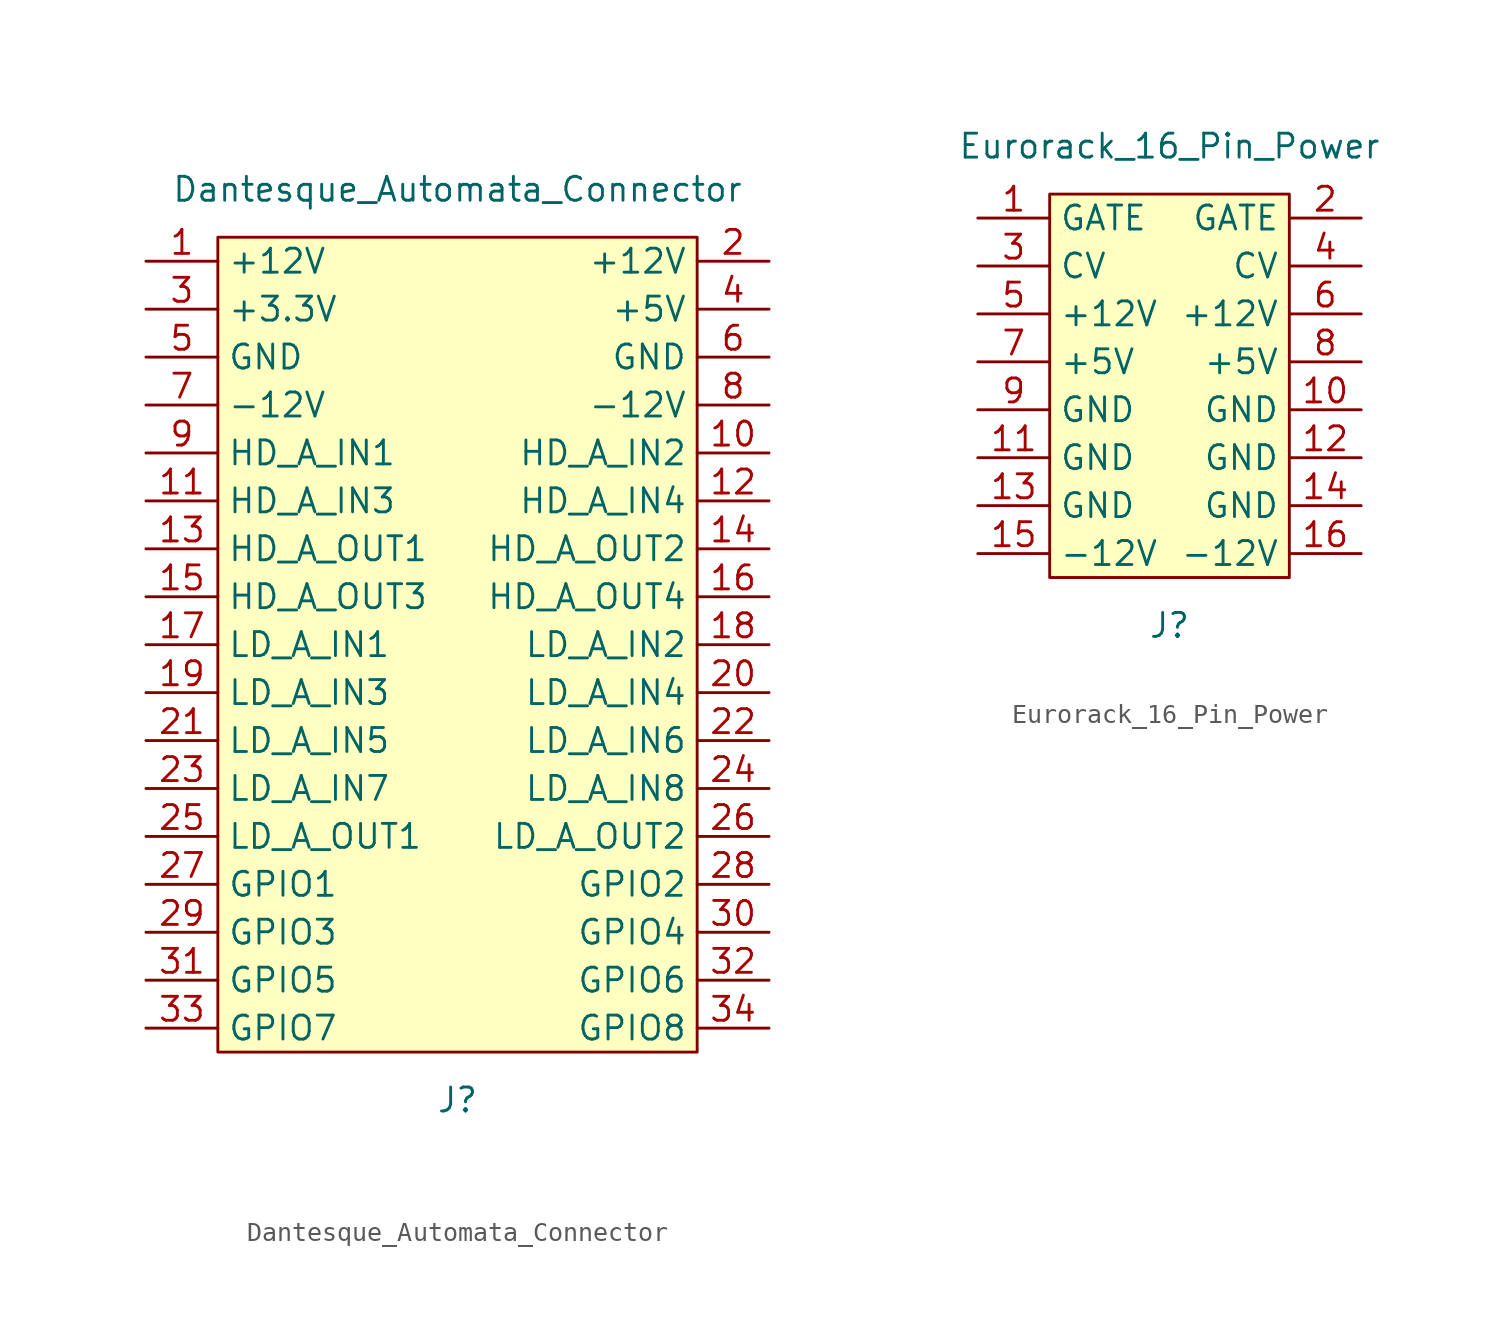
<source format=kicad_sym>
(kicad_symbol_lib
  (version 20211014)
  (generator kicad_symbol_editor)
  (symbol "Dantesque_Automata_Connector"
    (property "Reference" "J"
      (at 0 -25.4 0)
      (effects (font (size 1.27 1.27))))
    (property "Value" "Dantesque_Automata_Connector"
      (at 0 22.86 0)
      (effects (font (size 1.27 1.27))))
    (symbol "Dantesque_Automata_Connector_0_1"
      (rectangle (start -12.7 20.32) (end 12.7 -22.86) (stroke (width 0) (type default) (color 0 0 0 0)) (fill (type background))))
    (symbol "Dantesque_Automata_Connector_1_1"
      (pin power_in line (at -16.51 19.05 0) (length 3.81) (name "+12V" (effects (font (size 1.27 1.27)))) (number "1" (effects (font (size 1.27 1.27)))))
      (pin bidirectional line (at 16.51 8.89 180) (length 3.81) (name "HD_A_IN2" (effects (font (size 1.27 1.27)))) (number "10" (effects (font (size 1.27 1.27)))))
      (pin bidirectional line (at -16.51 6.35 0) (length 3.81) (name "HD_A_IN3" (effects (font (size 1.27 1.27)))) (number "11" (effects (font (size 1.27 1.27)))))
      (pin bidirectional line (at 16.51 6.35 180) (length 3.81) (name "HD_A_IN4" (effects (font (size 1.27 1.27)))) (number "12" (effects (font (size 1.27 1.27)))))
      (pin bidirectional line (at -16.51 3.81 0) (length 3.81) (name "HD_A_OUT1" (effects (font (size 1.27 1.27)))) (number "13" (effects (font (size 1.27 1.27)))))
      (pin bidirectional line (at 16.51 3.81 180) (length 3.81) (name "HD_A_OUT2" (effects (font (size 1.27 1.27)))) (number "14" (effects (font (size 1.27 1.27)))))
      (pin bidirectional line (at -16.51 1.27 0) (length 3.81) (name "HD_A_OUT3" (effects (font (size 1.27 1.27)))) (number "15" (effects (font (size 1.27 1.27)))))
      (pin bidirectional line (at 16.51 1.27 180) (length 3.81) (name "HD_A_OUT4" (effects (font (size 1.27 1.27)))) (number "16" (effects (font (size 1.27 1.27)))))
      (pin bidirectional line (at -16.51 -1.27 0) (length 3.81) (name "LD_A_IN1" (effects (font (size 1.27 1.27)))) (number "17" (effects (font (size 1.27 1.27)))))
      (pin bidirectional line (at 16.51 -1.27 180) (length 3.81) (name "LD_A_IN2" (effects (font (size 1.27 1.27)))) (number "18" (effects (font (size 1.27 1.27)))))
      (pin bidirectional line (at -16.51 -3.81 0) (length 3.81) (name "LD_A_IN3" (effects (font (size 1.27 1.27)))) (number "19" (effects (font (size 1.27 1.27)))))
      (pin power_in line (at 16.51 19.05 180) (length 3.81) (name "+12V" (effects (font (size 1.27 1.27)))) (number "2" (effects (font (size 1.27 1.27)))))
      (pin bidirectional line (at 16.51 -3.81 180) (length 3.81) (name "LD_A_IN4" (effects (font (size 1.27 1.27)))) (number "20" (effects (font (size 1.27 1.27)))))
      (pin bidirectional line (at -16.51 -6.35 0) (length 3.81) (name "LD_A_IN5" (effects (font (size 1.27 1.27)))) (number "21" (effects (font (size 1.27 1.27)))))
      (pin bidirectional line (at 16.51 -6.35 180) (length 3.81) (name "LD_A_IN6" (effects (font (size 1.27 1.27)))) (number "22" (effects (font (size 1.27 1.27)))))
      (pin bidirectional line (at -16.51 -8.89 0) (length 3.81) (name "LD_A_IN7" (effects (font (size 1.27 1.27)))) (number "23" (effects (font (size 1.27 1.27)))))
      (pin bidirectional line (at 16.51 -8.89 180) (length 3.81) (name "LD_A_IN8" (effects (font (size 1.27 1.27)))) (number "24" (effects (font (size 1.27 1.27)))))
      (pin bidirectional line (at -16.51 -11.43 0) (length 3.81) (name "LD_A_OUT1" (effects (font (size 1.27 1.27)))) (number "25" (effects (font (size 1.27 1.27)))))
      (pin bidirectional line (at 16.51 -11.43 180) (length 3.81) (name "LD_A_OUT2" (effects (font (size 1.27 1.27)))) (number "26" (effects (font (size 1.27 1.27)))))
      (pin bidirectional line (at -16.51 -13.97 0) (length 3.81) (name "GPIO1" (effects (font (size 1.27 1.27)))) (number "27" (effects (font (size 1.27 1.27)))))
      (pin bidirectional line (at 16.51 -13.97 180) (length 3.81) (name "GPIO2" (effects (font (size 1.27 1.27)))) (number "28" (effects (font (size 1.27 1.27)))))
      (pin bidirectional line (at -16.51 -16.51 0) (length 3.81) (name "GPIO3" (effects (font (size 1.27 1.27)))) (number "29" (effects (font (size 1.27 1.27)))))
      (pin power_in line (at -16.51 16.51 0) (length 3.81) (name "+3.3V" (effects (font (size 1.27 1.27)))) (number "3" (effects (font (size 1.27 1.27)))))
      (pin bidirectional line (at 16.51 -16.51 180) (length 3.81) (name "GPIO4" (effects (font (size 1.27 1.27)))) (number "30" (effects (font (size 1.27 1.27)))))
      (pin bidirectional line (at -16.51 -19.05 0) (length 3.81) (name "GPIO5" (effects (font (size 1.27 1.27)))) (number "31" (effects (font (size 1.27 1.27)))))
      (pin bidirectional line (at 16.51 -19.05 180) (length 3.81) (name "GPIO6" (effects (font (size 1.27 1.27)))) (number "32" (effects (font (size 1.27 1.27)))))
      (pin bidirectional line (at -16.51 -21.59 0) (length 3.81) (name "GPIO7" (effects (font (size 1.27 1.27)))) (number "33" (effects (font (size 1.27 1.27)))))
      (pin bidirectional line (at 16.51 -21.59 180) (length 3.81) (name "GPIO8" (effects (font (size 1.27 1.27)))) (number "34" (effects (font (size 1.27 1.27)))))
      (pin power_in line (at 16.51 16.51 180) (length 3.81) (name "+5V" (effects (font (size 1.27 1.27)))) (number "4" (effects (font (size 1.27 1.27)))))
      (pin power_in line (at -16.51 13.97 0) (length 3.81) (name "GND" (effects (font (size 1.27 1.27)))) (number "5" (effects (font (size 1.27 1.27)))))
      (pin power_in line (at 16.51 13.97 180) (length 3.81) (name "GND" (effects (font (size 1.27 1.27)))) (number "6" (effects (font (size 1.27 1.27)))))
      (pin power_in line (at -16.51 11.43 0) (length 3.81) (name "-12V" (effects (font (size 1.27 1.27)))) (number "7" (effects (font (size 1.27 1.27)))))
      (pin power_in line (at 16.51 11.43 180) (length 3.81) (name "-12V" (effects (font (size 1.27 1.27)))) (number "8" (effects (font (size 1.27 1.27)))))
      (pin bidirectional line (at -16.51 8.89 0) (length 3.81) (name "HD_A_IN1" (effects (font (size 1.27 1.27)))) (number "9" (effects (font (size 1.27 1.27)))))))
  (symbol "Eurorack_16_Pin_Power"
    (property "Reference" "J"
      (at 0 -12.7 0)
      (effects (font (size 1.27 1.27))))
    (property "Value" "Eurorack_16_Pin_Power"
      (at 0 12.7 0)
      (effects (font (size 1.27 1.27))))
    (symbol "Eurorack_16_Pin_Power_0_1"
      (rectangle (start -6.35 10.16) (end 6.35 -10.16) (stroke (width 0) (type default) (color 0 0 0 0)) (fill (type background))))
    (symbol "Eurorack_16_Pin_Power_1_1"
      (pin power_in line (at -10.16 8.89 0) (length 3.81) (name "GATE" (effects (font (size 1.27 1.27)))) (number "1" (effects (font (size 1.27 1.27)))))
      (pin power_in line (at 10.16 -1.27 180) (length 3.81) (name "GND" (effects (font (size 1.27 1.27)))) (number "10" (effects (font (size 1.27 1.27)))))
      (pin power_in line (at -10.16 -3.81 0) (length 3.81) (name "GND" (effects (font (size 1.27 1.27)))) (number "11" (effects (font (size 1.27 1.27)))))
      (pin power_in line (at 10.16 -3.81 180) (length 3.81) (name "GND" (effects (font (size 1.27 1.27)))) (number "12" (effects (font (size 1.27 1.27)))))
      (pin power_in line (at -10.16 -6.35 0) (length 3.81) (name "GND" (effects (font (size 1.27 1.27)))) (number "13" (effects (font (size 1.27 1.27)))))
      (pin power_in line (at 10.16 -6.35 180) (length 3.81) (name "GND" (effects (font (size 1.27 1.27)))) (number "14" (effects (font (size 1.27 1.27)))))
      (pin power_in line (at -10.16 -8.89 0) (length 3.81) (name "-12V" (effects (font (size 1.27 1.27)))) (number "15" (effects (font (size 1.27 1.27)))))
      (pin power_in line (at 10.16 -8.89 180) (length 3.81) (name "-12V" (effects (font (size 1.27 1.27)))) (number "16" (effects (font (size 1.27 1.27)))))
      (pin power_in line (at 10.16 8.89 180) (length 3.81) (name "GATE" (effects (font (size 1.27 1.27)))) (number "2" (effects (font (size 1.27 1.27)))))
      (pin power_in line (at -10.16 6.35 0) (length 3.81) (name "CV" (effects (font (size 1.27 1.27)))) (number "3" (effects (font (size 1.27 1.27)))))
      (pin power_in line (at 10.16 6.35 180) (length 3.81) (name "CV" (effects (font (size 1.27 1.27)))) (number "4" (effects (font (size 1.27 1.27)))))
      (pin power_in line (at -10.16 3.81 0) (length 3.81) (name "+12V" (effects (font (size 1.27 1.27)))) (number "5" (effects (font (size 1.27 1.27)))))
      (pin power_in line (at 10.16 3.81 180) (length 3.81) (name "+12V" (effects (font (size 1.27 1.27)))) (number "6" (effects (font (size 1.27 1.27)))))
      (pin power_in line (at -10.16 1.27 0) (length 3.81) (name "+5V" (effects (font (size 1.27 1.27)))) (number "7" (effects (font (size 1.27 1.27)))))
      (pin power_in line (at 10.16 1.27 180) (length 3.81) (name "+5V" (effects (font (size 1.27 1.27)))) (number "8" (effects (font (size 1.27 1.27)))))
      (pin power_in line (at -10.16 -1.27 0) (length 3.81) (name "GND" (effects (font (size 1.27 1.27)))) (number "9" (effects (font (size 1.27 1.27))))))))
</source>
